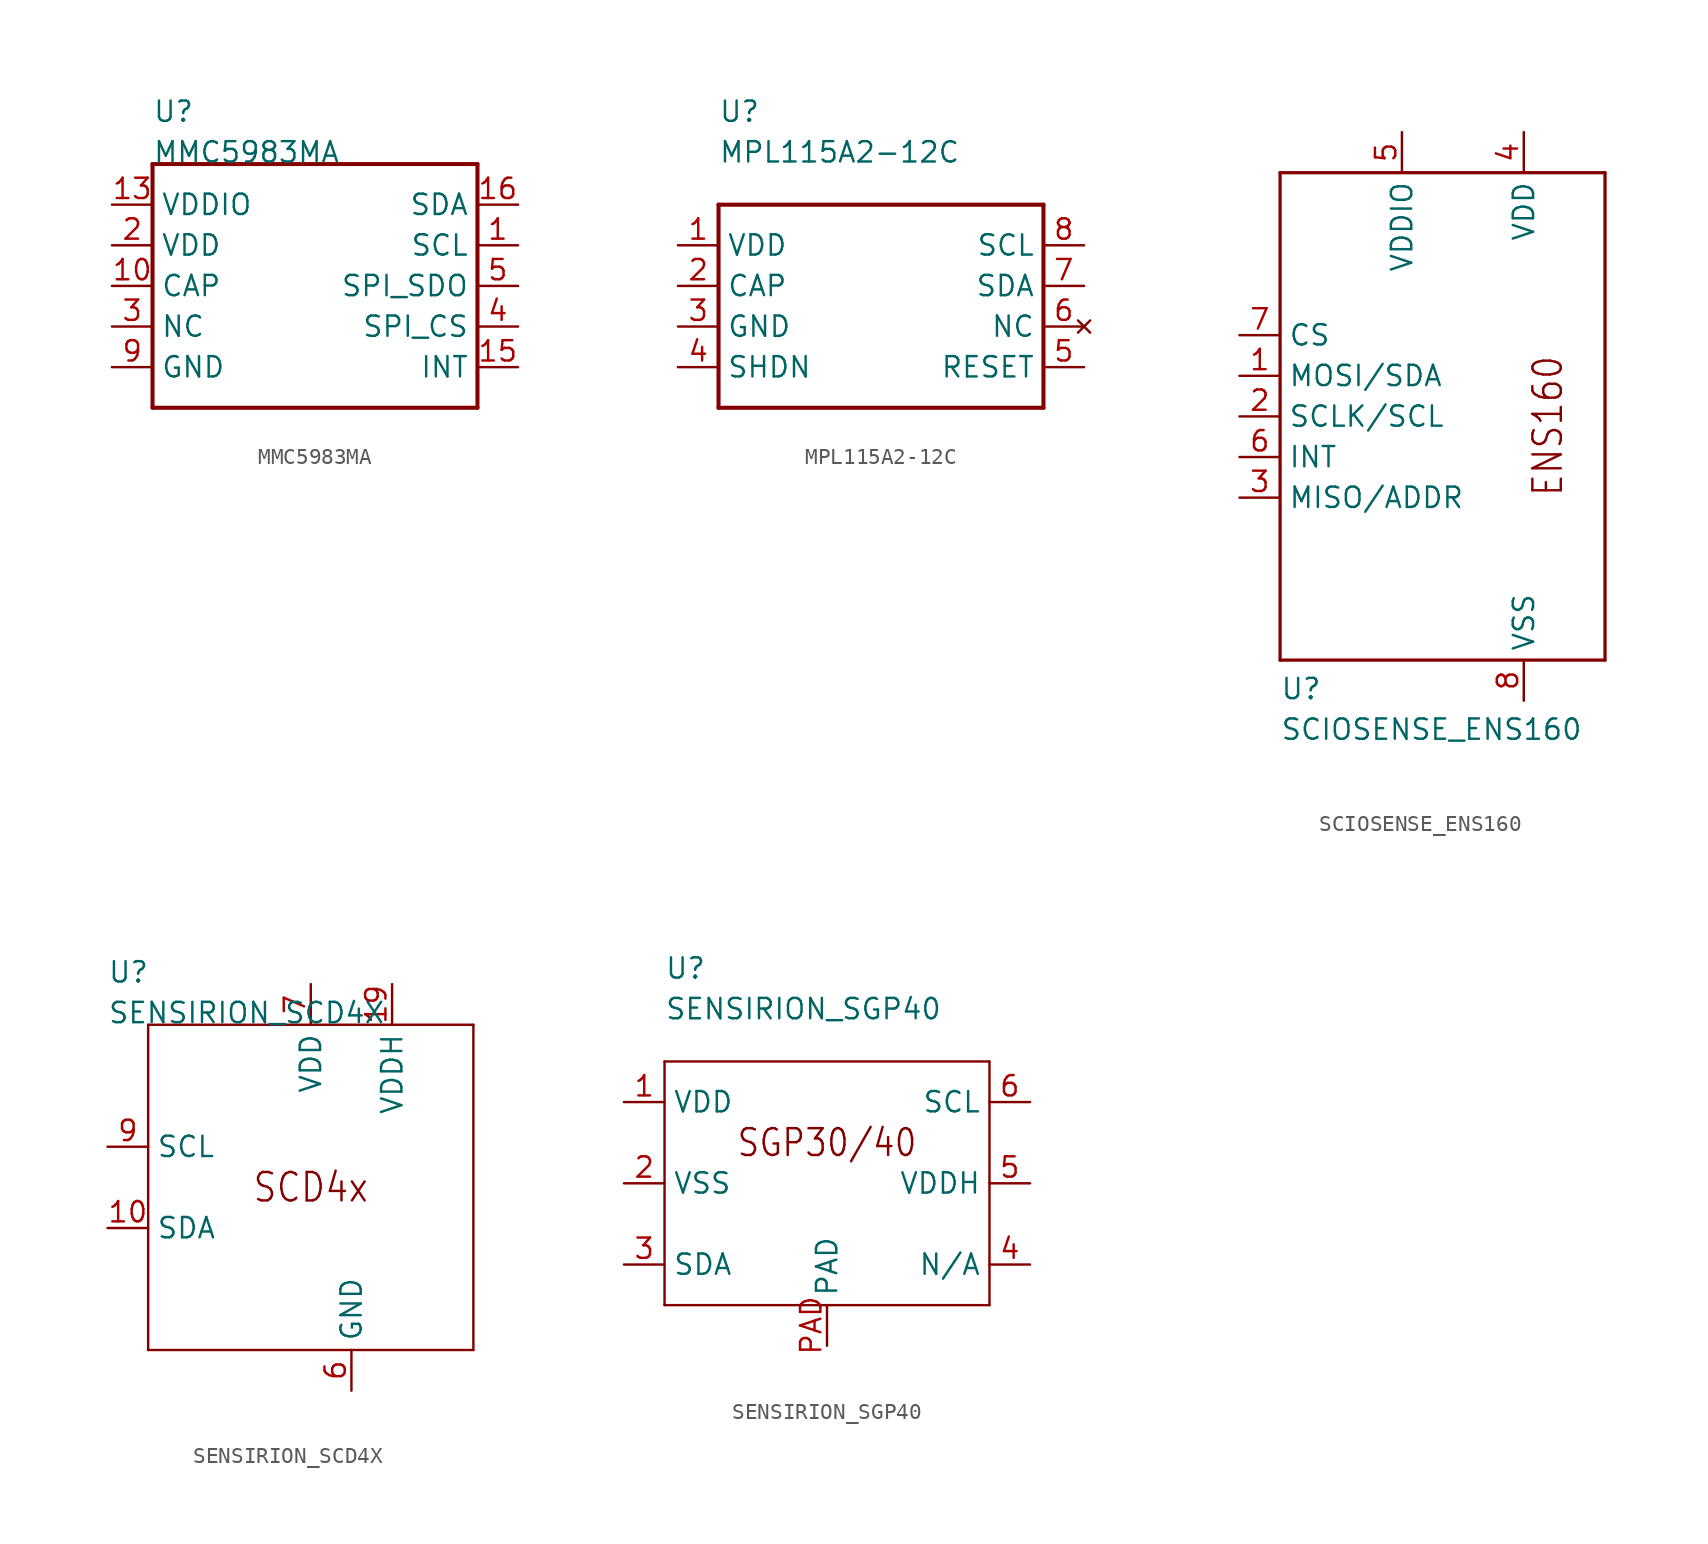
<source format=kicad_sym>
(kicad_symbol_lib
  (version 20211014)
  (generator kicad_symbol_editor)
  (symbol "MMC5983MA"
    (pin_names)
    (property "Reference" "U"
      (at -10.16 10.16 0)
      (effects (font (size 1.27 1.27)) (justify left bottom)))
    (property "Value" "MMC5983MA"
      (at -10.16 7.62 0)
      (effects (font (size 1.27 1.27)) (justify left bottom)))
    (property "Datasheet" ""
      (at 0 0 0))
    (property "ki_description" "MMC5983MA  - 3-Axis Magnetometer   Technical Specifications:    Voltage - Supply: 2.8V ~ 3.5V   Current - Supply (Max): 450µA   Current - Output (Max): -   Operating Temperature: -40°C ~ 105°C   Max output data rate of 1000Hz   Low power consumption       Component Search:  Microsoft Word - MMC5983MA Datasheet Rev A   Datasheet:  Microsoft Word - MMC5983MA Datasheet Rev A "
      (at 0 0 0))
    (property "ki_fp_filters" "FlashPCB_Sensors:16-LGA(3X3)"
      (at 0 0 0))
    (symbol "MMC5983MA_1_1"
      (polyline (pts (xy -10.16 7.62) (xy 10.16 7.62)) (stroke (width 0.254)) (fill (type none)))
      (polyline (pts (xy 10.16 7.62) (xy 10.16 -7.62)) (stroke (width 0.254)) (fill (type none)))
      (polyline (pts (xy 10.16 -7.62) (xy -10.16 -7.62)) (stroke (width 0.254)) (fill (type none)))
      (polyline (pts (xy -10.16 -7.62) (xy -10.16 7.62)) (stroke (width 0.254)) (fill (type none)))
      (pin bidirectional line (at 12.7 2.54 180) (length 2.54) (name "SCL" (effects (font (size 1.27 1.27)))) (number "1" (effects (font (size 1.27 1.27)))))
      (pin bidirectional line (at -12.7 2.54 0) (length 2.54) (name "VDD" (effects (font (size 1.27 1.27)))) (number "2" (effects (font (size 1.27 1.27)))))
      (pin bidirectional line (at -12.7 -2.54 0) (length 2.54) (name "NC" (effects (font (size 1.27 1.27)))) (number "3" (effects (font (size 1.27 1.27)))))
      (pin bidirectional line (at -12.7 -2.54 0) (length 2.54) hide (name "NC" (effects (font (size 1.27 1.27)))) (number "6" (effects (font (size 1.27 1.27)))))
      (pin bidirectional line (at -12.7 -2.54 0) (length 2.54) hide (name "NC" (effects (font (size 1.27 1.27)))) (number "7" (effects (font (size 1.27 1.27)))))
      (pin bidirectional line (at -12.7 -2.54 0) (length 2.54) hide (name "NC" (effects (font (size 1.27 1.27)))) (number "8" (effects (font (size 1.27 1.27)))))
      (pin bidirectional line (at -12.7 -2.54 0) (length 2.54) hide (name "NC" (effects (font (size 1.27 1.27)))) (number "12" (effects (font (size 1.27 1.27)))))
      (pin bidirectional line (at -12.7 -2.54 0) (length 2.54) hide (name "NC" (effects (font (size 1.27 1.27)))) (number "14" (effects (font (size 1.27 1.27)))))
      (pin bidirectional line (at 12.7 -2.54 180) (length 2.54) (name "SPI_CS" (effects (font (size 1.27 1.27)))) (number "4" (effects (font (size 1.27 1.27)))))
      (pin bidirectional line (at 12.7 0 180) (length 2.54) (name "SPI_SDO" (effects (font (size 1.27 1.27)))) (number "5" (effects (font (size 1.27 1.27)))))
      (pin bidirectional line (at -12.7 -5.08 0) (length 2.54) (name "GND" (effects (font (size 1.27 1.27)))) (number "9" (effects (font (size 1.27 1.27)))))
      (pin bidirectional line (at -12.7 -5.08 0) (length 2.54) hide (name "GND" (effects (font (size 1.27 1.27)))) (number "11" (effects (font (size 1.27 1.27)))))
      (pin bidirectional line (at -12.7 0 0) (length 2.54) (name "CAP" (effects (font (size 1.27 1.27)))) (number "10" (effects (font (size 1.27 1.27)))))
      (pin bidirectional line (at -12.7 5.08 0) (length 2.54) (name "VDDIO" (effects (font (size 1.27 1.27)))) (number "13" (effects (font (size 1.27 1.27)))))
      (pin bidirectional line (at 12.7 -5.08 180) (length 2.54) (name "INT" (effects (font (size 1.27 1.27)))) (number "15" (effects (font (size 1.27 1.27)))))
      (pin bidirectional line (at 12.7 5.08 180) (length 2.54) (name "SDA" (effects (font (size 1.27 1.27)))) (number "16" (effects (font (size 1.27 1.27)))))))
  (symbol "MPL115A2-12C"
    (pin_names)
    (property "Reference" "U"
      (at -10.16 10.16 0)
      (effects (font (size 1.27 1.27)) (justify left bottom)))
    (property "Value" "MPL115A2-12C"
      (at -10.16 7.62 0)
      (effects (font (size 1.27 1.27)) (justify left bottom)))
    (property "Datasheet" ""
      (at 0 0 0))
    (property "ki_description" "MPL115A2-12C  - Minature I^2C Digital Barometer   Technical Specifications:    Absolute pressure: 50-115kPa   Voltage range: 2.375V - 5.5V       Component Search:  [DATA SHEET NAME]   Datasheet:  MPL115A2-12C Data Sheet "
      (at 0 0 0))
    (property "ki_fp_filters" "FlashPCB_Sensors:MPL115A2-I2C"
      (at 0 0 0))
    (symbol "MPL115A2-12C_1_1"
      (polyline (pts (xy -10.16 5.08) (xy 10.16 5.08)) (stroke (width 0.254)) (fill (type none)))
      (polyline (pts (xy 10.16 5.08) (xy 10.16 -7.62)) (stroke (width 0.254)) (fill (type none)))
      (polyline (pts (xy 10.16 -7.62) (xy -10.16 -7.62)) (stroke (width 0.254)) (fill (type none)))
      (polyline (pts (xy -10.16 -7.62) (xy -10.16 5.08)) (stroke (width 0.254)) (fill (type none)))
      (pin power_in line (at -12.7 2.54 0) (length 2.54) (name "VDD" (effects (font (size 1.27 1.27)))) (number "1" (effects (font (size 1.27 1.27)))))
      (pin passive line (at -12.7 0 0) (length 2.54) (name "CAP" (effects (font (size 1.27 1.27)))) (number "2" (effects (font (size 1.27 1.27)))))
      (pin power_in line (at -12.7 -2.54 0) (length 2.54) (name "GND" (effects (font (size 1.27 1.27)))) (number "3" (effects (font (size 1.27 1.27)))))
      (pin input line (at -12.7 -5.08 0) (length 2.54) (name "SHDN" (effects (font (size 1.27 1.27)))) (number "4" (effects (font (size 1.27 1.27)))))
      (pin input line (at 12.7 -5.08 180) (length 2.54) (name "RESET" (effects (font (size 1.27 1.27)))) (number "5" (effects (font (size 1.27 1.27)))))
      (pin no_connect line (at 12.7 -2.54 180) (length 2.54) (name "NC" (effects (font (size 1.27 1.27)))) (number "6" (effects (font (size 1.27 1.27)))))
      (pin bidirectional line (at 12.7 0 180) (length 2.54) (name "SDA" (effects (font (size 1.27 1.27)))) (number "7" (effects (font (size 1.27 1.27)))))
      (pin input line (at 12.7 2.54 180) (length 2.54) (name "SCL" (effects (font (size 1.27 1.27)))) (number "8" (effects (font (size 1.27 1.27)))))))
  (symbol "SCIOSENSE_ENS160"
    (pin_names)
    (property "Reference" "U"
      (at -12.7 -17.78 0)
      (effects (font (size 1.27 1.27)) (justify left bottom)))
    (property "Value" "SCIOSENSE_ENS160"
      (at -12.7 -20.32 0)
      (effects (font (size 1.27 1.27)) (justify left bottom)))
    (property "Datasheet" ""
      (at 0 0 0))
    (property "ki_description" "ENS160  - Air Quality, Carbon Dioxide (CO2), Metal Oxide (MOX) Sensor I²C, SPI   Technical Specifications:    Type: Air Quality, Carbon Dioxide (CO2), Metal Oxide (MOX)   Output: I²C, SPI   Operating Temperature: -40°C ~ 85°C   Voltage - Supply: 1.71V ~ 1.98V   Current - Supply: 10µA       Component Search:  [DATA SHEET NAME]   Datasheet:  ENS160 "
      (at 0 0 0))
    (property "ki_fp_filters" "FlashPCB_Sensors:LGA9-3X3"
      (at 0 0 0))
    (symbol "SCIOSENSE_ENS160_1_1"
      (text "ENS160" (at 5.08 -5.08 900) (effects (font (size 1.778 1.52)) (justify left bottom)))
      (polyline (pts (xy -12.7 15.24) (xy 7.62 15.24)) (stroke (width 0.203)) (fill (type none)))
      (polyline (pts (xy 7.62 15.24) (xy 7.62 -15.24)) (stroke (width 0.203)) (fill (type none)))
      (polyline (pts (xy 7.62 -15.24) (xy -12.7 -15.24)) (stroke (width 0.203)) (fill (type none)))
      (polyline (pts (xy -12.7 -15.24) (xy -12.7 15.24)) (stroke (width 0.203)) (fill (type none)))
      (pin bidirectional line (at 2.54 17.78 270) (length 2.54) (name "VDD" (effects (font (size 1.27 1.27)))) (number "4" (effects (font (size 1.27 1.27)))))
      (pin bidirectional line (at -5.08 17.78 270) (length 2.54) (name "VDDIO" (effects (font (size 1.27 1.27)))) (number "5" (effects (font (size 1.27 1.27)))))
      (pin bidirectional line (at -15.24 5.08 0) (length 2.54) (name "CS" (effects (font (size 1.27 1.27)))) (number "7" (effects (font (size 1.27 1.27)))))
      (pin bidirectional line (at -15.24 2.54 0) (length 2.54) (name "MOSI/SDA" (effects (font (size 1.27 1.27)))) (number "1" (effects (font (size 1.27 1.27)))))
      (pin bidirectional line (at -15.24 0 0) (length 2.54) (name "SCLK/SCL" (effects (font (size 1.27 1.27)))) (number "2" (effects (font (size 1.27 1.27)))))
      (pin bidirectional line (at -15.24 -2.54 0) (length 2.54) (name "INT" (effects (font (size 1.27 1.27)))) (number "6" (effects (font (size 1.27 1.27)))))
      (pin bidirectional line (at -15.24 -5.08 0) (length 2.54) (name "MISO/ADDR" (effects (font (size 1.27 1.27)))) (number "3" (effects (font (size 1.27 1.27)))))
      (pin bidirectional line (at 2.54 -17.78 90) (length 2.54) (name "VSS" (effects (font (size 1.27 1.27)))) (number "8" (effects (font (size 1.27 1.27)))))
      (pin bidirectional line (at 2.54 -17.78 90) (length 2.54) hide (name "VSS" (effects (font (size 1.27 1.27)))) (number "9" (effects (font (size 1.27 1.27)))))))
  (symbol "SENSIRION_SCD4X"
    (pin_names)
    (property "Reference" "U"
      (at -12.7 12.7 0)
      (effects (font (size 1.27 1.27)) (justify left bottom)))
    (property "Value" "SENSIRION_SCD4X"
      (at -12.7 10.16 0)
      (effects (font (size 1.27 1.27)) (justify left bottom)))
    (property "Datasheet" ""
      (at 0 0 0))
    (property "ki_description" "SCD4x  - CO2 SENSOR 400-2000[SCD40]/5000[SCD41] PPM I2C SMD   Technical Specifications:    SCD40 CO2 measurement accuracy: ± (50 ppm + 5% of reading)    SCD41 CO2 measurement accuracy: ± (40 ppm + 5% of reading)   Supply voltage DC: 2.4V ~ 5.5V   Peak supply current: 205 mA [VDD = 3 .3V] / 137 mA [VDD = 5V]   Temperature operating conditions: -10 – 60°C        Component Search:  [DATA SHEET NAME]   Datasheet:  Sensirion SCD4x "
      (at 0 0 0))
    (property "ki_fp_filters" "FlashPCB_Sensors:LGA20-10X10"
      (at 0 0 0))
    (symbol "SENSIRION_SCD4X_1_1"
      (text "SCD4x" (at 0 0 0) (effects (font (size 1.778 1.52))))
      (polyline (pts (xy -10.16 10.16) (xy 10.16 10.16)) (stroke (width 0.152)) (fill (type none)))
      (polyline (pts (xy 10.16 10.16) (xy 10.16 -10.16)) (stroke (width 0.152)) (fill (type none)))
      (polyline (pts (xy 10.16 -10.16) (xy -10.16 -10.16)) (stroke (width 0.152)) (fill (type none)))
      (polyline (pts (xy -10.16 -10.16) (xy -10.16 10.16)) (stroke (width 0.152)) (fill (type none)))
      (pin bidirectional line (at 2.54 -12.7 90) (length 2.54) (name "GND" (effects (font (size 1.27 1.27)))) (number "6" (effects (font (size 1.27 1.27)))))
      (pin bidirectional line (at 2.54 -12.7 90) (length 2.54) hide (name "GND" (effects (font (size 1.27 1.27)))) (number "20" (effects (font (size 1.27 1.27)))))
      (pin bidirectional line (at 2.54 -12.7 90) (length 2.54) hide (name "GND" (effects (font (size 1.27 1.27)))) (number "21" (effects (font (size 1.27 1.27)))))
      (pin bidirectional line (at 0 12.7 270) (length 2.54) (name "VDD" (effects (font (size 1.27 1.27)))) (number "7" (effects (font (size 1.27 1.27)))))
      (pin bidirectional line (at 5.08 12.7 270) (length 2.54) (name "VDDH" (effects (font (size 1.27 1.27)))) (number "19" (effects (font (size 1.27 1.27)))))
      (pin bidirectional line (at -12.7 -2.54 0) (length 2.54) (name "SDA" (effects (font (size 1.27 1.27)))) (number "10" (effects (font (size 1.27 1.27)))))
      (pin bidirectional line (at -12.7 2.54 0) (length 2.54) (name "SCL" (effects (font (size 1.27 1.27)))) (number "9" (effects (font (size 1.27 1.27)))))))
  (symbol "SENSIRION_SGP40"
    (pin_names)
    (property "Reference" "U"
      (at -10.16 12.7 0)
      (effects (font (size 1.27 1.27)) (justify left bottom)))
    (property "Value" "SENSIRION_SGP40"
      (at -10.16 10.16 0)
      (effects (font (size 1.27 1.27)) (justify left bottom)))
    (property "Datasheet" ""
      (at 0 0 0))
    (property "ki_description" "SGP40  - Indoor Air Quality Sensor for VOC Measurements    Technical Specifications:    Output: I²C   Operating Temperature: -10°C ~ 50°C   Voltage - Supply: 1.7V ~ 3.6V   Current - Supply: 4mA       Component Search:  [DATA SHEET NAME]   Datasheet:  SGP40 "
      (at 0 0 0))
    (property "ki_fp_filters" "FlashPCB_Sensors:SENSIRION_SGP40"
      (at 0 0 0))
    (symbol "SENSIRION_SGP40_1_1"
      (text "SGP30/40" (at 0 2.54 0) (effects (font (size 1.676 1.433))))
      (polyline (pts (xy -10.16 7.62) (xy 10.16 7.62)) (stroke (width 0.152)) (fill (type none)))
      (polyline (pts (xy 10.16 7.62) (xy 10.16 -7.62)) (stroke (width 0.152)) (fill (type none)))
      (polyline (pts (xy 10.16 -7.62) (xy -10.16 -7.62)) (stroke (width 0.152)) (fill (type none)))
      (polyline (pts (xy -10.16 -7.62) (xy -10.16 7.62)) (stroke (width 0.152)) (fill (type none)))
      (pin bidirectional line (at -12.7 0 0) (length 2.54) (name "VSS" (effects (font (size 1.27 1.27)))) (number "2" (effects (font (size 1.27 1.27)))))
      (pin bidirectional line (at -12.7 5.08 0) (length 2.54) (name "VDD" (effects (font (size 1.27 1.27)))) (number "1" (effects (font (size 1.27 1.27)))))
      (pin bidirectional line (at -12.7 -5.08 0) (length 2.54) (name "SDA" (effects (font (size 1.27 1.27)))) (number "3" (effects (font (size 1.27 1.27)))))
      (pin bidirectional line (at 12.7 0 180) (length 2.54) (name "VDDH" (effects (font (size 1.27 1.27)))) (number "5" (effects (font (size 1.27 1.27)))))
      (pin bidirectional line (at 12.7 -5.08 180) (length 2.54) (name "N/A" (effects (font (size 1.27 1.27)))) (number "4" (effects (font (size 1.27 1.27)))))
      (pin bidirectional line (at 12.7 5.08 180) (length 2.54) (name "SCL" (effects (font (size 1.27 1.27)))) (number "6" (effects (font (size 1.27 1.27)))))
      (pin bidirectional line (at 0 -10.16 90) (length 2.54) (name "PAD" (effects (font (size 1.27 1.27)))) (number "PAD" (effects (font (size 1.27 1.27))))))))
</source>
